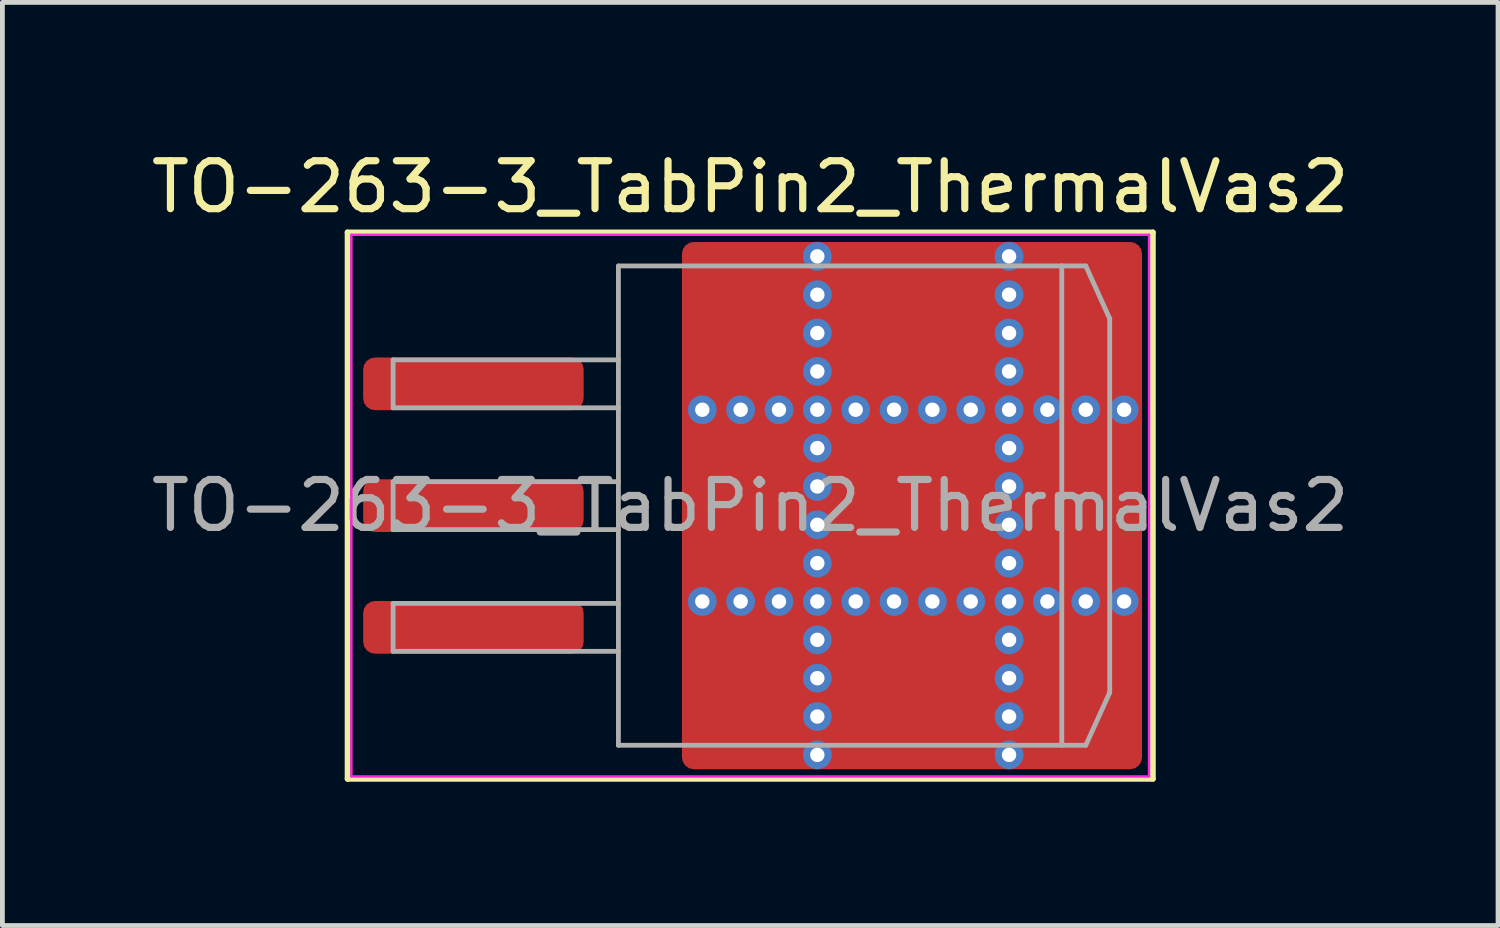
<source format=kicad_pcb>
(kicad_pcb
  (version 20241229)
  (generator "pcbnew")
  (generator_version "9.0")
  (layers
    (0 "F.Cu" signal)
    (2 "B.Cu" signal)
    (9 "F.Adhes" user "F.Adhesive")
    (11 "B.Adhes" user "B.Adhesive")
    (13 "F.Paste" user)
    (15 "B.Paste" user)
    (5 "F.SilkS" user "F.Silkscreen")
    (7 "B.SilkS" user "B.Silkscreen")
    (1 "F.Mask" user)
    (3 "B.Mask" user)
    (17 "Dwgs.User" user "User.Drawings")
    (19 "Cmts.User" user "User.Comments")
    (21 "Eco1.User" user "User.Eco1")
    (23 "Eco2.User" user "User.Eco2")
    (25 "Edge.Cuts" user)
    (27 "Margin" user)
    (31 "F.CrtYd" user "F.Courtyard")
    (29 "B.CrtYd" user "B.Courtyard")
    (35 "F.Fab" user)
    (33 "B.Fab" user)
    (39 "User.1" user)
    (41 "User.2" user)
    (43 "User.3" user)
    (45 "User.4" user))
  (footprint "TO-263-3_TabPin2_ThermalVas2"
    (layer "F.Cu")
    (at 12.601 7.498)
    (property "Reference" "TO-263-3_TabPin2_ThermalVas2" (at 0 -6.65 0) (layer "F.SilkS") (effects (font (size 1 1) (thickness 0.15))))
    (attr smd)
    (fp_line (start -8.4 -5.7) (end -8.4 5.7) (stroke (width 0.12) (type solid)) (layer "F.SilkS"))
    (fp_line (start -8.4 5.7) (end 8.4 5.7) (stroke (width 0.12) (type solid)) (layer "F.SilkS"))
    (fp_line (start 8.4 -5.7) (end -8.4 -5.7) (stroke (width 0.12) (type solid)) (layer "F.SilkS"))
    (fp_line (start 8.4 5.7) (end 8.4 -5.7) (stroke (width 0.12) (type solid)) (layer "F.SilkS"))
    (fp_line (start -8.32 -5.65) (end -8.32 5.65) (stroke (width 0.05) (type solid)) (layer "F.CrtYd"))
    (fp_line (start -8.32 5.65) (end 8.32 5.65) (stroke (width 0.05) (type solid)) (layer "F.CrtYd"))
    (fp_line (start 8.32 -5.65) (end -8.32 -5.65) (stroke (width 0.05) (type solid)) (layer "F.CrtYd"))
    (fp_line (start 8.32 5.65) (end 8.32 -5.65) (stroke (width 0.05) (type solid)) (layer "F.CrtYd"))
    (fp_line (start -7.45 -3.04) (end -7.45 -2.04) (stroke (width 0.1) (type solid)) (layer "F.Fab"))
    (fp_line (start -7.45 -2.04) (end -2.75 -2.04) (stroke (width 0.1) (type solid)) (layer "F.Fab"))
    (fp_line (start -7.45 -0.5) (end -7.45 0.5) (stroke (width 0.1) (type solid)) (layer "F.Fab"))
    (fp_line (start -7.45 0.5) (end -2.75 0.5) (stroke (width 0.1) (type solid)) (layer "F.Fab"))
    (fp_line (start -7.45 2.04) (end -7.45 3.04) (stroke (width 0.1) (type solid)) (layer "F.Fab"))
    (fp_line (start -7.45 3.04) (end -2.75 3.04) (stroke (width 0.1) (type solid)) (layer "F.Fab"))
    (fp_line (start -2.75 -5) (end 6.5 -5) (stroke (width 0.1) (type solid)) (layer "F.Fab"))
    (fp_line (start -2.75 -3.04) (end -7.45 -3.04) (stroke (width 0.1) (type solid)) (layer "F.Fab"))
    (fp_line (start -2.75 -0.5) (end -7.45 -0.5) (stroke (width 0.1) (type solid)) (layer "F.Fab"))
    (fp_line (start -2.75 2.04) (end -7.45 2.04) (stroke (width 0.1) (type solid)) (layer "F.Fab"))
    (fp_line (start -2.75 5) (end -2.75 -5) (stroke (width 0.1) (type solid)) (layer "F.Fab"))
    (fp_line (start 6.5 -5) (end 6.5 5) (stroke (width 0.1) (type solid)) (layer "F.Fab"))
    (fp_line (start 6.5 -5) (end 7 -5) (stroke (width 0.1) (type solid)) (layer "F.Fab"))
    (fp_line (start 6.5 5) (end -2.75 5) (stroke (width 0.1) (type solid)) (layer "F.Fab"))
    (fp_line (start 6.5 5) (end 7 5) (stroke (width 0.1) (type solid)) (layer "F.Fab"))
    (fp_line (start 7 -5) (end 7.5 -3.9) (stroke (width 0.1) (type solid)) (layer "F.Fab"))
    (fp_line (start 7 5) (end 7.5 3.9) (stroke (width 0.1) (type solid)) (layer "F.Fab"))
    (fp_line (start 7.5 -3.9) (end 7.5 3.9) (stroke (width 0.1) (type solid)) (layer "F.Fab"))
    (fp_text user "${REFERENCE}" (at 0 0 0) (layer "F.Fab") (effects (font (size 1 1) (thickness 0.15))))
    (pad "" smd roundrect (at -0.675 -4.6 90) (size 1.2 0.95) (layers "F.Paste") (roundrect_rratio 0.25))
    (pad "" smd roundrect (at -0.675 -3.1 90) (size 1.2 0.95) (layers "F.Paste") (roundrect_rratio 0.25))
    (pad "" smd roundrect (at -0.675 -0.85 90) (size 1.3 0.95) (layers "F.Paste") (roundrect_rratio 0.25))
    (pad "" smd roundrect (at -0.675 0.85 90) (size 1.3 0.95) (layers "F.Paste") (roundrect_rratio 0.25))
    (pad "" smd roundrect (at -0.675 3.1 90) (size 1.2 0.95) (layers "F.Paste") (roundrect_rratio 0.25))
    (pad "" smd roundrect (at -0.675 4.6 90) (size 1.2 0.95) (layers "F.Paste") (roundrect_rratio 0.25))
    (pad "" smd roundrect (at -0.113 -3.85 90) (size 3.1 2.425) (layers "F.Mask") (roundrect_rratio 0.103))
    (pad "" smd roundrect (at -0.113 0 90) (size 3.4 2.425) (layers "F.Mask") (roundrect_rratio 0.103))
    (pad "" smd roundrect (at -0.113 3.85 90) (size 3.1 2.425) (layers "F.Mask") (roundrect_rratio 0.103))
    (pad "" smd roundrect (at 0.475 -4.6 90) (size 1.2 0.95) (layers "F.Paste") (roundrect_rratio 0.25))
    (pad "" smd roundrect (at 0.475 -3.1 90) (size 1.2 0.95) (layers "F.Paste") (roundrect_rratio 0.25))
    (pad "" smd roundrect (at 0.475 -0.85 90) (size 1.3 0.95) (layers "F.Paste") (roundrect_rratio 0.25))
    (pad "" smd roundrect (at 0.475 0.85 90) (size 1.3 0.95) (layers "F.Paste") (roundrect_rratio 0.25))
    (pad "" smd roundrect (at 0.475 3.1 90) (size 1.2 0.95) (layers "F.Paste") (roundrect_rratio 0.25))
    (pad "" smd roundrect (at 0.475 4.6 90) (size 1.2 0.95) (layers "F.Paste") (roundrect_rratio 0.25))
    (pad "" smd roundrect (at 2.55 -4.6 90) (size 1.2 1.3) (layers "F.Paste") (roundrect_rratio 0.208))
    (pad "" smd roundrect (at 2.55 -3.1 90) (size 1.2 1.3) (layers "F.Paste") (roundrect_rratio 0.208))
    (pad "" smd roundrect (at 2.55 -0.85 90) (size 1.3 1.3) (layers "F.Paste") (roundrect_rratio 0.192))
    (pad "" smd roundrect (at 2.55 0.85 90) (size 1.3 1.3) (layers "F.Paste") (roundrect_rratio 0.192))
    (pad "" smd roundrect (at 2.55 3.1 90) (size 1.2 1.3) (layers "F.Paste") (roundrect_rratio 0.208))
    (pad "" smd roundrect (at 2.55 4.6 90) (size 1.2 1.3) (layers "F.Paste") (roundrect_rratio 0.208))
    (pad "" smd roundrect (at 3.4 -3.85 90) (size 3.1 3.4) (layers "F.Mask") (roundrect_rratio 0.081))
    (pad "" smd roundrect (at 3.4 0 90) (size 3.4 3.4) (layers "F.Mask") (roundrect_rratio 0.074))
    (pad "" smd roundrect (at 3.4 3.85 90) (size 3.1 3.4) (layers "F.Mask") (roundrect_rratio 0.081))
    (pad "" smd roundrect (at 4.25 -4.6 90) (size 1.2 1.3) (layers "F.Paste") (roundrect_rratio 0.208))
    (pad "" smd roundrect (at 4.25 -3.1 90) (size 1.2 1.3) (layers "F.Paste") (roundrect_rratio 0.208))
    (pad "" smd roundrect (at 4.25 -0.85 90) (size 1.3 1.3) (layers "F.Paste") (roundrect_rratio 0.192))
    (pad "" smd roundrect (at 4.25 0.85 90) (size 1.3 1.3) (layers "F.Paste") (roundrect_rratio 0.192))
    (pad "" smd roundrect (at 4.25 3.1 90) (size 1.2 1.3) (layers "F.Paste") (roundrect_rratio 0.208))
    (pad "" smd roundrect (at 4.25 4.6 90) (size 1.2 1.3) (layers "F.Paste") (roundrect_rratio 0.208))
    (pad "" smd roundrect (at 6.325 -4.6 90) (size 1.2 0.95) (layers "F.Paste") (roundrect_rratio 0.25))
    (pad "" smd roundrect (at 6.325 -3.1 90) (size 1.2 0.95) (layers "F.Paste") (roundrect_rratio 0.25))
    (pad "" smd roundrect (at 6.325 -0.85 90) (size 1.3 0.95) (layers "F.Paste") (roundrect_rratio 0.25))
    (pad "" smd roundrect (at 6.325 0.85 90) (size 1.3 0.95) (layers "F.Paste") (roundrect_rratio 0.25))
    (pad "" smd roundrect (at 6.325 3.1 90) (size 1.2 0.95) (layers "F.Paste") (roundrect_rratio 0.25))
    (pad "" smd roundrect (at 6.325 4.6 90) (size 1.2 0.95) (layers "F.Paste") (roundrect_rratio 0.25))
    (pad "" smd roundrect (at 6.888 -3.85 90) (size 3.1 2.375) (layers "F.Mask") (roundrect_rratio 0.105))
    (pad "" smd roundrect (at 6.888 0 90) (size 3.4 2.375) (layers "F.Mask") (roundrect_rratio 0.105))
    (pad "" smd roundrect (at 6.888 3.85 90) (size 3.1 2.375) (layers "F.Mask") (roundrect_rratio 0.105))
    (pad "" smd roundrect (at 7.475 -4.6 90) (size 1.2 0.95) (layers "F.Paste") (roundrect_rratio 0.25))
    (pad "" smd roundrect (at 7.475 -3.1 90) (size 1.2 0.95) (layers "F.Paste") (roundrect_rratio 0.25))
    (pad "" smd roundrect (at 7.475 -0.85 90) (size 1.3 0.95) (layers "F.Paste") (roundrect_rratio 0.25))
    (pad "" smd roundrect (at 7.475 0.85 90) (size 1.3 0.95) (layers "F.Paste") (roundrect_rratio 0.25))
    (pad "" smd roundrect (at 7.475 3.1 90) (size 1.2 0.95) (layers "F.Paste") (roundrect_rratio 0.25))
    (pad "" smd roundrect (at 7.475 4.6 90) (size 1.2 0.95) (layers "F.Paste") (roundrect_rratio 0.25))
    (pad "1" smd roundrect (at -5.775 -2.54) (size 4.6 1.1) (layers "F.Cu" "F.Mask" "F.Paste") (roundrect_rratio 0.227))
    (pad "2" smd roundrect (at -5.775 0) (size 4.6 1.1) (layers "F.Cu" "F.Mask" "F.Paste") (roundrect_rratio 0.227))
    (pad "2" thru_hole circle (at -1 -2) (size 0.6 0.6) (drill 0.3) (property pad_prop_heatsink) (layers "*.Cu" "*.Mask"))
    (pad "2" thru_hole circle (at -1 2) (size 0.6 0.6) (drill 0.3) (property pad_prop_heatsink) (layers "*.Cu" "*.Mask"))
    (pad "2" thru_hole circle (at -0.2 -2) (size 0.6 0.6) (drill 0.3) (property pad_prop_heatsink) (layers "*.Cu" "*.Mask"))
    (pad "2" thru_hole circle (at -0.2 2) (size 0.6 0.6) (drill 0.3) (property pad_prop_heatsink) (layers "*.Cu" "*.Mask"))
    (pad "2" thru_hole circle (at 0.6 -2) (size 0.6 0.6) (drill 0.3) (property pad_prop_heatsink) (layers "*.Cu" "*.Mask"))
    (pad "2" thru_hole circle (at 0.6 2) (size 0.6 0.6) (drill 0.3) (property pad_prop_heatsink) (layers "*.Cu" "*.Mask"))
    (pad "2" thru_hole circle (at 1.4 -5.2) (size 0.6 0.6) (drill 0.3) (property pad_prop_heatsink) (layers "*.Cu" "*.Mask"))
    (pad "2" thru_hole circle (at 1.4 -4.4) (size 0.6 0.6) (drill 0.3) (property pad_prop_heatsink) (layers "*.Cu" "*.Mask"))
    (pad "2" thru_hole circle (at 1.4 -3.6) (size 0.6 0.6) (drill 0.3) (property pad_prop_heatsink) (layers "*.Cu" "*.Mask"))
    (pad "2" thru_hole circle (at 1.4 -2.8) (size 0.6 0.6) (drill 0.3) (property pad_prop_heatsink) (layers "*.Cu" "*.Mask"))
    (pad "2" thru_hole circle (at 1.4 -2) (size 0.6 0.6) (drill 0.3) (property pad_prop_heatsink) (layers "*.Cu" "*.Mask"))
    (pad "2" thru_hole circle (at 1.4 -1.2) (size 0.6 0.6) (drill 0.3) (property pad_prop_heatsink) (layers "*.Cu" "*.Mask"))
    (pad "2" thru_hole circle (at 1.4 -0.4) (size 0.6 0.6) (drill 0.3) (property pad_prop_heatsink) (layers "*.Cu" "*.Mask"))
    (pad "2" thru_hole circle (at 1.4 0.4) (size 0.6 0.6) (drill 0.3) (property pad_prop_heatsink) (layers "*.Cu" "*.Mask"))
    (pad "2" thru_hole circle (at 1.4 1.2) (size 0.6 0.6) (drill 0.3) (property pad_prop_heatsink) (layers "*.Cu" "*.Mask"))
    (pad "2" thru_hole circle (at 1.4 2) (size 0.6 0.6) (drill 0.3) (property pad_prop_heatsink) (layers "*.Cu" "*.Mask"))
    (pad "2" thru_hole circle (at 1.4 2.8) (size 0.6 0.6) (drill 0.3) (property pad_prop_heatsink) (layers "*.Cu" "*.Mask"))
    (pad "2" thru_hole circle (at 1.4 3.6) (size 0.6 0.6) (drill 0.3) (property pad_prop_heatsink) (layers "*.Cu" "*.Mask"))
    (pad "2" thru_hole circle (at 1.4 4.4) (size 0.6 0.6) (drill 0.3) (property pad_prop_heatsink) (layers "*.Cu" "*.Mask"))
    (pad "2" thru_hole circle (at 1.4 5.2) (size 0.6 0.6) (drill 0.3) (property pad_prop_heatsink) (layers "*.Cu" "*.Mask"))
    (pad "2" thru_hole circle (at 2.2 -2) (size 0.6 0.6) (drill 0.3) (property pad_prop_heatsink) (layers "*.Cu" "*.Mask"))
    (pad "2" thru_hole circle (at 2.2 2) (size 0.6 0.6) (drill 0.3) (property pad_prop_heatsink) (layers "*.Cu" "*.Mask"))
    (pad "2" thru_hole circle (at 3 -2) (size 0.6 0.6) (drill 0.3) (property pad_prop_heatsink) (layers "*.Cu" "*.Mask"))
    (pad "2" thru_hole circle (at 3 2) (size 0.6 0.6) (drill 0.3) (property pad_prop_heatsink) (layers "*.Cu" "*.Mask"))
    (pad "2" smd roundrect (at 3.375 0) (size 9.6 11) (layers "F.Cu") (roundrect_rratio 0.026))
    (pad "2" thru_hole circle (at 3.8 -2) (size 0.6 0.6) (drill 0.3) (property pad_prop_heatsink) (layers "*.Cu" "*.Mask"))
    (pad "2" thru_hole circle (at 3.8 2) (size 0.6 0.6) (drill 0.3) (property pad_prop_heatsink) (layers "*.Cu" "*.Mask"))
    (pad "2" thru_hole circle (at 4.6 -2) (size 0.6 0.6) (drill 0.3) (property pad_prop_heatsink) (layers "*.Cu" "*.Mask"))
    (pad "2" thru_hole circle (at 4.6 2) (size 0.6 0.6) (drill 0.3) (property pad_prop_heatsink) (layers "*.Cu" "*.Mask"))
    (pad "2" thru_hole circle (at 5.4 -5.2) (size 0.6 0.6) (drill 0.3) (property pad_prop_heatsink) (layers "*.Cu" "*.Mask"))
    (pad "2" thru_hole circle (at 5.4 -4.4) (size 0.6 0.6) (drill 0.3) (property pad_prop_heatsink) (layers "*.Cu" "*.Mask"))
    (pad "2" thru_hole circle (at 5.4 -3.6) (size 0.6 0.6) (drill 0.3) (property pad_prop_heatsink) (layers "*.Cu" "*.Mask"))
    (pad "2" thru_hole circle (at 5.4 -2.8) (size 0.6 0.6) (drill 0.3) (property pad_prop_heatsink) (layers "*.Cu" "*.Mask"))
    (pad "2" thru_hole circle (at 5.4 -2) (size 0.6 0.6) (drill 0.3) (property pad_prop_heatsink) (layers "*.Cu" "*.Mask"))
    (pad "2" thru_hole circle (at 5.4 -1.2) (size 0.6 0.6) (drill 0.3) (property pad_prop_heatsink) (layers "*.Cu" "*.Mask"))
    (pad "2" thru_hole circle (at 5.4 -0.4) (size 0.6 0.6) (drill 0.3) (property pad_prop_heatsink) (layers "*.Cu" "*.Mask"))
    (pad "2" thru_hole circle (at 5.4 0.4) (size 0.6 0.6) (drill 0.3) (property pad_prop_heatsink) (layers "*.Cu" "*.Mask"))
    (pad "2" thru_hole circle (at 5.4 1.2) (size 0.6 0.6) (drill 0.3) (property pad_prop_heatsink) (layers "*.Cu" "*.Mask"))
    (pad "2" thru_hole circle (at 5.4 2) (size 0.6 0.6) (drill 0.3) (property pad_prop_heatsink) (layers "*.Cu" "*.Mask"))
    (pad "2" thru_hole circle (at 5.4 2.8) (size 0.6 0.6) (drill 0.3) (property pad_prop_heatsink) (layers "*.Cu" "*.Mask"))
    (pad "2" thru_hole circle (at 5.4 3.6) (size 0.6 0.6) (drill 0.3) (property pad_prop_heatsink) (layers "*.Cu" "*.Mask"))
    (pad "2" thru_hole circle (at 5.4 4.4) (size 0.6 0.6) (drill 0.3) (property pad_prop_heatsink) (layers "*.Cu" "*.Mask"))
    (pad "2" thru_hole circle (at 5.4 5.2) (size 0.6 0.6) (drill 0.3) (property pad_prop_heatsink) (layers "*.Cu" "*.Mask"))
    (pad "2" thru_hole circle (at 6.2 -2) (size 0.6 0.6) (drill 0.3) (property pad_prop_heatsink) (layers "*.Cu" "*.Mask"))
    (pad "2" thru_hole circle (at 6.2 2) (size 0.6 0.6) (drill 0.3) (property pad_prop_heatsink) (layers "*.Cu" "*.Mask"))
    (pad "2" thru_hole circle (at 7 -2) (size 0.6 0.6) (drill 0.3) (property pad_prop_heatsink) (layers "*.Cu" "*.Mask"))
    (pad "2" thru_hole circle (at 7 2) (size 0.6 0.6) (drill 0.3) (property pad_prop_heatsink) (layers "*.Cu" "*.Mask"))
    (pad "2" thru_hole circle (at 7.8 -2) (size 0.6 0.6) (drill 0.3) (property pad_prop_heatsink) (layers "*.Cu" "*.Mask"))
    (pad "2" thru_hole circle (at 7.8 2) (size 0.6 0.6) (drill 0.3) (property pad_prop_heatsink) (layers "*.Cu" "*.Mask"))
    (pad "3" smd roundrect (at -5.775 2.54) (size 4.6 1.1) (layers "F.Cu" "F.Mask" "F.Paste") (roundrect_rratio 0.227)))
  (gr_rect
    (start -3 -3)
    (end 28.202 16.258)
    (stroke (width 0.1) (type default))
    (fill no)
    (layer "Edge.Cuts")))
</source>
